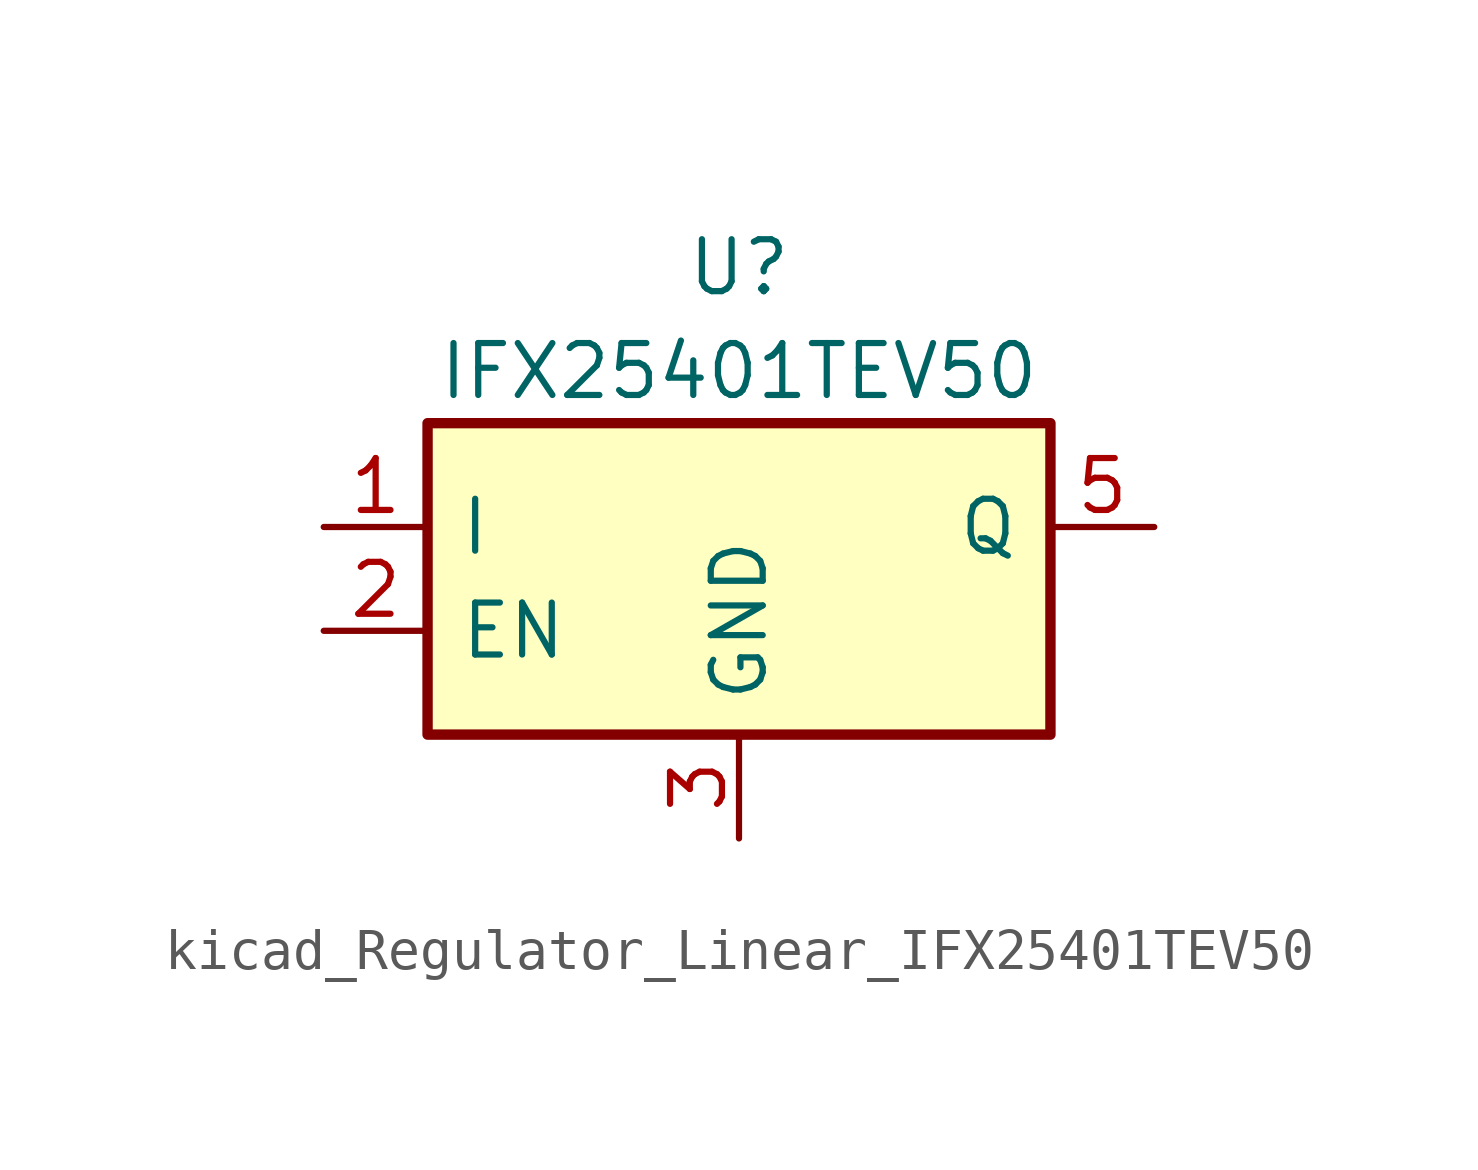
<source format=kicad_sym>
(kicad_symbol_lib
  (version 20220914)
  (generator kicad_symbol_editor)
  (symbol "kicad_Regulator_Linear_IFX25401TEV50"
    (pin_names
      (offset 0.762))
    (property "Reference" "U"
      (at 0 6.35 0)
      (effects (font (size 1.27 1.27))))
    (property "Value" "IFX25401TEV50"
      (at 0 3.81 0)
      (effects (font (size 1.27 1.27))))
    (symbol "kicad_Regulator_Linear_IFX25401TEV50_0_1"
      (rectangle (start -7.62 2.54) (end 7.62 -5.08) (stroke (width 0.254) (type default)) (fill (type background))))
    (symbol "kicad_Regulator_Linear_IFX25401TEV50_1_1"
      (pin power_in line (at -10.16 0 0) (length 2.54) (name "I" (effects (font (size 1.27 1.27)))) (number "1" (effects (font (size 1.27 1.27)))))
      (pin input line (at -10.16 -2.54 0) (length 2.54) (name "EN" (effects (font (size 1.27 1.27)))) (number "2" (effects (font (size 1.27 1.27)))))
      (pin power_in line (at 0 -7.62 90) (length 2.54) (name "GND" (effects (font (size 1.27 1.27)))) (number "3" (effects (font (size 1.27 1.27)))))
      (pin no_connect line (at 7.62 -2.54 180) (length 2.54) hide (name "NC" (effects (font (size 1.27 1.27)))) (number "4" (effects (font (size 1.27 1.27)))))
      (pin power_out line (at 10.16 0 180) (length 2.54) (name "Q" (effects (font (size 1.27 1.27)))) (number "5" (effects (font (size 1.27 1.27))))))))
</source>
